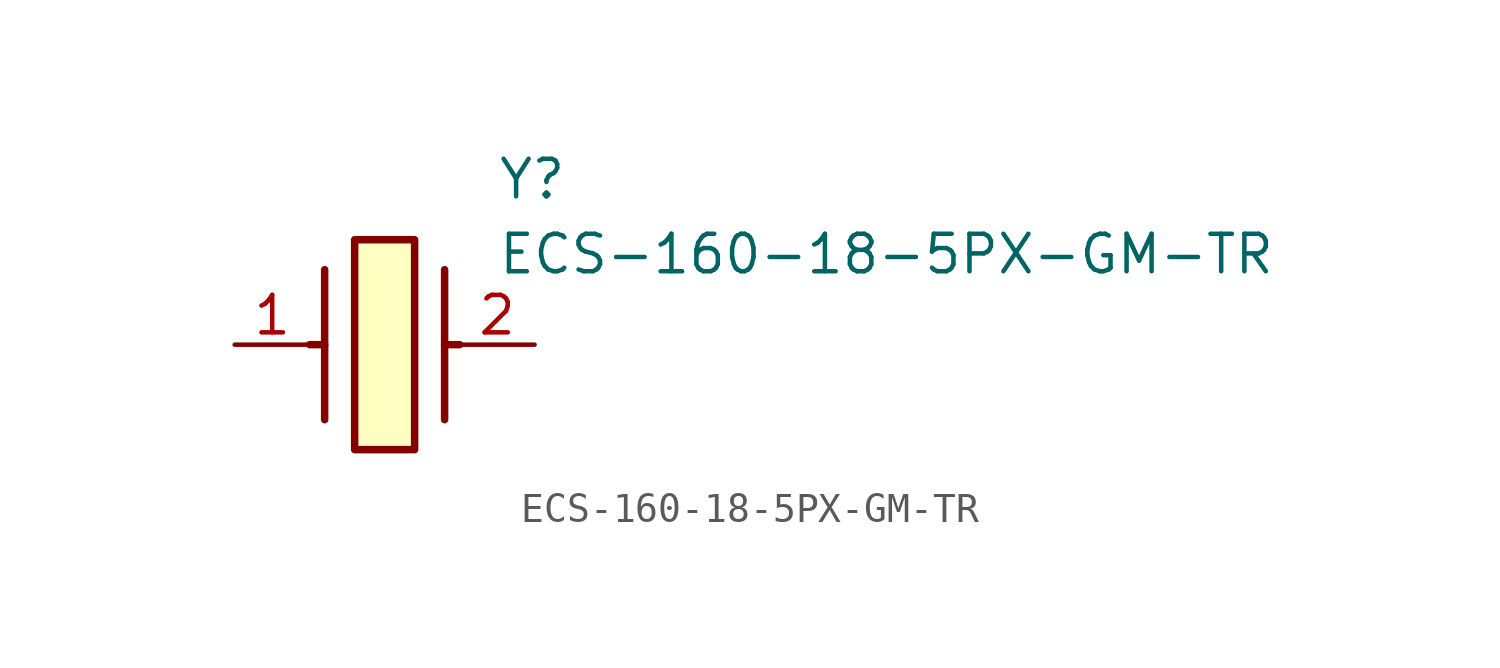
<source format=kicad_sym>
(kicad_symbol_lib
  (version 20211014)
  (generator SamacSys_ECAD_Model)
  (symbol "ECS-160-18-5PX-GM-TR"
    (pin_names hide)
    (property "Reference" "Y"
      (at 8.89 6.35 0)
      (effects (font (size 1.27 1.27)) (justify left top)))
    (property "Value" "ECS-160-18-5PX-GM-TR"
      (at 8.89 3.81 0)
      (effects (font (size 1.27 1.27)) (justify left top)))
    (rectangle
      (start 4.064 3.556)
      (end 6.096 -3.556)
      (stroke (width 0.254) (type default))
      (fill (type background)))
    (polyline
      (pts (xy 3.048 2.54) (xy 3.048 -2.54))
      (stroke (width 0.254) (type default))
      (fill (type none)))
    (polyline
      (pts (xy 7.112 2.54) (xy 7.112 -2.54))
      (stroke (width 0.254) (type default))
      (fill (type none)))
    (polyline
      (pts (xy 7.112 0) (xy 7.62 0))
      (stroke (width 0.254) (type default))
      (fill (type none)))
    (polyline
      (pts (xy 3.048 0) (xy 2.54 0))
      (stroke (width 0.254) (type default))
      (fill (type none)))
    (pin passive line
      (at 0 0 0)
      (length 2.54)
      (name "1" (effects (font (size 1.27 1.27))))
      (number "1" (effects (font (size 1.27 1.27)))))
    (pin passive line
      (at 10.16 0 180)
      (length 2.54)
      (name "2" (effects (font (size 1.27 1.27))))
      (number "2" (effects (font (size 1.27 1.27)))))))
</source>
